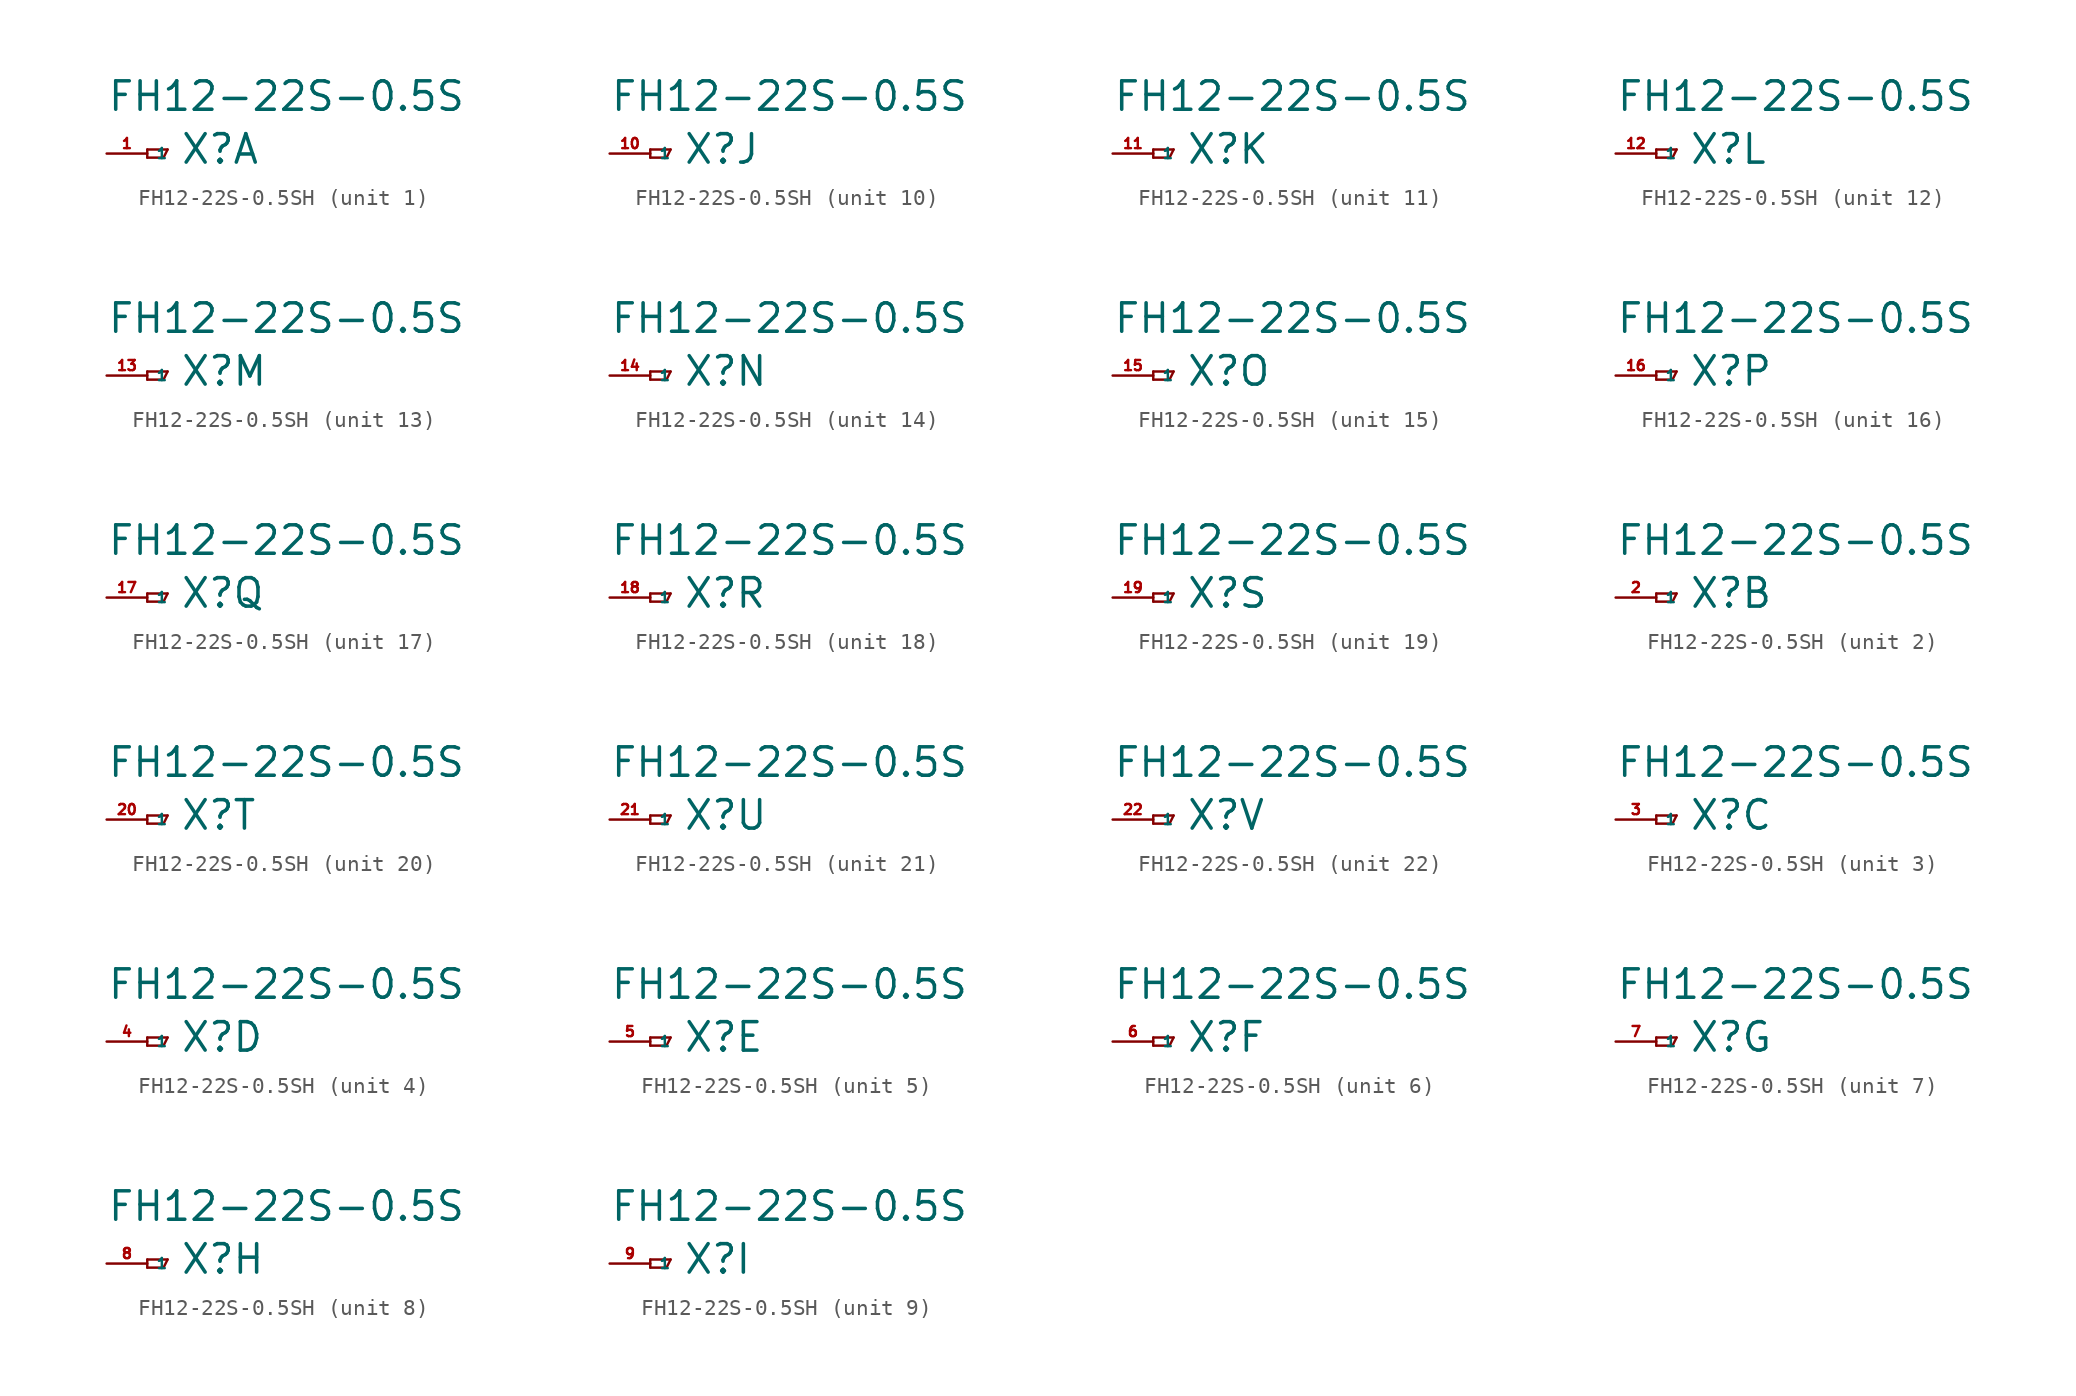
<source format=kicad_sym>
(kicad_symbol_lib
  (version 20220914)
  (generator Eagle2Kicad)
  (symbol "FH12-22S-0.5SH"
    (property "Reference" "X"
      (at 2.032 -0.762 0)
      (effects (font (size 1.778 1.778) (thickness 0.22)) (justify left bottom)))
    (property "Value" "FH12-22S-0.5S"
      (at -2.54 2.54 0)
      (effects (font (size 1.778 1.778) (thickness 0.22)) (justify left bottom)))
    (symbol "FH12-22S-0.5SH_1_0"
      (polyline (pts (xy 0 0.254) (xy 0 -0.254)) (stroke (width 0.152) (type default)) (fill (type none)))
      (polyline (pts (xy 0 -0.254) (xy 1.016 -0.254)) (stroke (width 0.152) (type default)) (fill (type none)))
      (polyline (pts (xy 1.016 -0.254) (xy 1.27 0.254)) (stroke (width 0.152) (type default)) (fill (type none)))
      (polyline (pts (xy 1.27 0.254) (xy 0 0.254)) (stroke (width 0.152) (type default)) (fill (type none)))
      (pin passive line (at -2.54 0 0) (length 2.54) (name "1" (effects (font (size 0.635 0.635) (thickness 0.08)) (justify left bottom))) (number "1" (effects (font (size 0.635 0.635) (thickness 0.08)) (justify left bottom)))))
    (symbol "FH12-22S-0.5SH_2_0"
      (polyline (pts (xy 0 0.254) (xy 0 -0.254)) (stroke (width 0.152) (type default)) (fill (type none)))
      (polyline (pts (xy 0 -0.254) (xy 1.016 -0.254)) (stroke (width 0.152) (type default)) (fill (type none)))
      (polyline (pts (xy 1.016 -0.254) (xy 1.27 0.254)) (stroke (width 0.152) (type default)) (fill (type none)))
      (polyline (pts (xy 1.27 0.254) (xy 0 0.254)) (stroke (width 0.152) (type default)) (fill (type none)))
      (pin passive line (at -2.54 0 0) (length 2.54) (name "1" (effects (font (size 0.635 0.635) (thickness 0.08)) (justify left bottom))) (number "2" (effects (font (size 0.635 0.635) (thickness 0.08)) (justify left bottom)))))
    (symbol "FH12-22S-0.5SH_3_0"
      (polyline (pts (xy 0 0.254) (xy 0 -0.254)) (stroke (width 0.152) (type default)) (fill (type none)))
      (polyline (pts (xy 0 -0.254) (xy 1.016 -0.254)) (stroke (width 0.152) (type default)) (fill (type none)))
      (polyline (pts (xy 1.016 -0.254) (xy 1.27 0.254)) (stroke (width 0.152) (type default)) (fill (type none)))
      (polyline (pts (xy 1.27 0.254) (xy 0 0.254)) (stroke (width 0.152) (type default)) (fill (type none)))
      (pin passive line (at -2.54 0 0) (length 2.54) (name "1" (effects (font (size 0.635 0.635) (thickness 0.08)) (justify left bottom))) (number "3" (effects (font (size 0.635 0.635) (thickness 0.08)) (justify left bottom)))))
    (symbol "FH12-22S-0.5SH_4_0"
      (polyline (pts (xy 0 0.254) (xy 0 -0.254)) (stroke (width 0.152) (type default)) (fill (type none)))
      (polyline (pts (xy 0 -0.254) (xy 1.016 -0.254)) (stroke (width 0.152) (type default)) (fill (type none)))
      (polyline (pts (xy 1.016 -0.254) (xy 1.27 0.254)) (stroke (width 0.152) (type default)) (fill (type none)))
      (polyline (pts (xy 1.27 0.254) (xy 0 0.254)) (stroke (width 0.152) (type default)) (fill (type none)))
      (pin passive line (at -2.54 0 0) (length 2.54) (name "1" (effects (font (size 0.635 0.635) (thickness 0.08)) (justify left bottom))) (number "4" (effects (font (size 0.635 0.635) (thickness 0.08)) (justify left bottom)))))
    (symbol "FH12-22S-0.5SH_5_0"
      (polyline (pts (xy 0 0.254) (xy 0 -0.254)) (stroke (width 0.152) (type default)) (fill (type none)))
      (polyline (pts (xy 0 -0.254) (xy 1.016 -0.254)) (stroke (width 0.152) (type default)) (fill (type none)))
      (polyline (pts (xy 1.016 -0.254) (xy 1.27 0.254)) (stroke (width 0.152) (type default)) (fill (type none)))
      (polyline (pts (xy 1.27 0.254) (xy 0 0.254)) (stroke (width 0.152) (type default)) (fill (type none)))
      (pin passive line (at -2.54 0 0) (length 2.54) (name "1" (effects (font (size 0.635 0.635) (thickness 0.08)) (justify left bottom))) (number "5" (effects (font (size 0.635 0.635) (thickness 0.08)) (justify left bottom)))))
    (symbol "FH12-22S-0.5SH_6_0"
      (polyline (pts (xy 0 0.254) (xy 0 -0.254)) (stroke (width 0.152) (type default)) (fill (type none)))
      (polyline (pts (xy 0 -0.254) (xy 1.016 -0.254)) (stroke (width 0.152) (type default)) (fill (type none)))
      (polyline (pts (xy 1.016 -0.254) (xy 1.27 0.254)) (stroke (width 0.152) (type default)) (fill (type none)))
      (polyline (pts (xy 1.27 0.254) (xy 0 0.254)) (stroke (width 0.152) (type default)) (fill (type none)))
      (pin passive line (at -2.54 0 0) (length 2.54) (name "1" (effects (font (size 0.635 0.635) (thickness 0.08)) (justify left bottom))) (number "6" (effects (font (size 0.635 0.635) (thickness 0.08)) (justify left bottom)))))
    (symbol "FH12-22S-0.5SH_7_0"
      (polyline (pts (xy 0 0.254) (xy 0 -0.254)) (stroke (width 0.152) (type default)) (fill (type none)))
      (polyline (pts (xy 0 -0.254) (xy 1.016 -0.254)) (stroke (width 0.152) (type default)) (fill (type none)))
      (polyline (pts (xy 1.016 -0.254) (xy 1.27 0.254)) (stroke (width 0.152) (type default)) (fill (type none)))
      (polyline (pts (xy 1.27 0.254) (xy 0 0.254)) (stroke (width 0.152) (type default)) (fill (type none)))
      (pin passive line (at -2.54 0 0) (length 2.54) (name "1" (effects (font (size 0.635 0.635) (thickness 0.08)) (justify left bottom))) (number "7" (effects (font (size 0.635 0.635) (thickness 0.08)) (justify left bottom)))))
    (symbol "FH12-22S-0.5SH_8_0"
      (polyline (pts (xy 0 0.254) (xy 0 -0.254)) (stroke (width 0.152) (type default)) (fill (type none)))
      (polyline (pts (xy 0 -0.254) (xy 1.016 -0.254)) (stroke (width 0.152) (type default)) (fill (type none)))
      (polyline (pts (xy 1.016 -0.254) (xy 1.27 0.254)) (stroke (width 0.152) (type default)) (fill (type none)))
      (polyline (pts (xy 1.27 0.254) (xy 0 0.254)) (stroke (width 0.152) (type default)) (fill (type none)))
      (pin passive line (at -2.54 0 0) (length 2.54) (name "1" (effects (font (size 0.635 0.635) (thickness 0.08)) (justify left bottom))) (number "8" (effects (font (size 0.635 0.635) (thickness 0.08)) (justify left bottom)))))
    (symbol "FH12-22S-0.5SH_9_0"
      (polyline (pts (xy 0 0.254) (xy 0 -0.254)) (stroke (width 0.152) (type default)) (fill (type none)))
      (polyline (pts (xy 0 -0.254) (xy 1.016 -0.254)) (stroke (width 0.152) (type default)) (fill (type none)))
      (polyline (pts (xy 1.016 -0.254) (xy 1.27 0.254)) (stroke (width 0.152) (type default)) (fill (type none)))
      (polyline (pts (xy 1.27 0.254) (xy 0 0.254)) (stroke (width 0.152) (type default)) (fill (type none)))
      (pin passive line (at -2.54 0 0) (length 2.54) (name "1" (effects (font (size 0.635 0.635) (thickness 0.08)) (justify left bottom))) (number "9" (effects (font (size 0.635 0.635) (thickness 0.08)) (justify left bottom)))))
    (symbol "FH12-22S-0.5SH_10_0"
      (polyline (pts (xy 0 0.254) (xy 0 -0.254)) (stroke (width 0.152) (type default)) (fill (type none)))
      (polyline (pts (xy 0 -0.254) (xy 1.016 -0.254)) (stroke (width 0.152) (type default)) (fill (type none)))
      (polyline (pts (xy 1.016 -0.254) (xy 1.27 0.254)) (stroke (width 0.152) (type default)) (fill (type none)))
      (polyline (pts (xy 1.27 0.254) (xy 0 0.254)) (stroke (width 0.152) (type default)) (fill (type none)))
      (pin passive line (at -2.54 0 0) (length 2.54) (name "1" (effects (font (size 0.635 0.635) (thickness 0.08)) (justify left bottom))) (number "10" (effects (font (size 0.635 0.635) (thickness 0.08)) (justify left bottom)))))
    (symbol "FH12-22S-0.5SH_11_0"
      (polyline (pts (xy 0 0.254) (xy 0 -0.254)) (stroke (width 0.152) (type default)) (fill (type none)))
      (polyline (pts (xy 0 -0.254) (xy 1.016 -0.254)) (stroke (width 0.152) (type default)) (fill (type none)))
      (polyline (pts (xy 1.016 -0.254) (xy 1.27 0.254)) (stroke (width 0.152) (type default)) (fill (type none)))
      (polyline (pts (xy 1.27 0.254) (xy 0 0.254)) (stroke (width 0.152) (type default)) (fill (type none)))
      (pin passive line (at -2.54 0 0) (length 2.54) (name "1" (effects (font (size 0.635 0.635) (thickness 0.08)) (justify left bottom))) (number "11" (effects (font (size 0.635 0.635) (thickness 0.08)) (justify left bottom)))))
    (symbol "FH12-22S-0.5SH_12_0"
      (polyline (pts (xy 0 0.254) (xy 0 -0.254)) (stroke (width 0.152) (type default)) (fill (type none)))
      (polyline (pts (xy 0 -0.254) (xy 1.016 -0.254)) (stroke (width 0.152) (type default)) (fill (type none)))
      (polyline (pts (xy 1.016 -0.254) (xy 1.27 0.254)) (stroke (width 0.152) (type default)) (fill (type none)))
      (polyline (pts (xy 1.27 0.254) (xy 0 0.254)) (stroke (width 0.152) (type default)) (fill (type none)))
      (pin passive line (at -2.54 0 0) (length 2.54) (name "1" (effects (font (size 0.635 0.635) (thickness 0.08)) (justify left bottom))) (number "12" (effects (font (size 0.635 0.635) (thickness 0.08)) (justify left bottom)))))
    (symbol "FH12-22S-0.5SH_13_0"
      (polyline (pts (xy 0 0.254) (xy 0 -0.254)) (stroke (width 0.152) (type default)) (fill (type none)))
      (polyline (pts (xy 0 -0.254) (xy 1.016 -0.254)) (stroke (width 0.152) (type default)) (fill (type none)))
      (polyline (pts (xy 1.016 -0.254) (xy 1.27 0.254)) (stroke (width 0.152) (type default)) (fill (type none)))
      (polyline (pts (xy 1.27 0.254) (xy 0 0.254)) (stroke (width 0.152) (type default)) (fill (type none)))
      (pin passive line (at -2.54 0 0) (length 2.54) (name "1" (effects (font (size 0.635 0.635) (thickness 0.08)) (justify left bottom))) (number "13" (effects (font (size 0.635 0.635) (thickness 0.08)) (justify left bottom)))))
    (symbol "FH12-22S-0.5SH_14_0"
      (polyline (pts (xy 0 0.254) (xy 0 -0.254)) (stroke (width 0.152) (type default)) (fill (type none)))
      (polyline (pts (xy 0 -0.254) (xy 1.016 -0.254)) (stroke (width 0.152) (type default)) (fill (type none)))
      (polyline (pts (xy 1.016 -0.254) (xy 1.27 0.254)) (stroke (width 0.152) (type default)) (fill (type none)))
      (polyline (pts (xy 1.27 0.254) (xy 0 0.254)) (stroke (width 0.152) (type default)) (fill (type none)))
      (pin passive line (at -2.54 0 0) (length 2.54) (name "1" (effects (font (size 0.635 0.635) (thickness 0.08)) (justify left bottom))) (number "14" (effects (font (size 0.635 0.635) (thickness 0.08)) (justify left bottom)))))
    (symbol "FH12-22S-0.5SH_15_0"
      (polyline (pts (xy 0 0.254) (xy 0 -0.254)) (stroke (width 0.152) (type default)) (fill (type none)))
      (polyline (pts (xy 0 -0.254) (xy 1.016 -0.254)) (stroke (width 0.152) (type default)) (fill (type none)))
      (polyline (pts (xy 1.016 -0.254) (xy 1.27 0.254)) (stroke (width 0.152) (type default)) (fill (type none)))
      (polyline (pts (xy 1.27 0.254) (xy 0 0.254)) (stroke (width 0.152) (type default)) (fill (type none)))
      (pin passive line (at -2.54 0 0) (length 2.54) (name "1" (effects (font (size 0.635 0.635) (thickness 0.08)) (justify left bottom))) (number "15" (effects (font (size 0.635 0.635) (thickness 0.08)) (justify left bottom)))))
    (symbol "FH12-22S-0.5SH_16_0"
      (polyline (pts (xy 0 0.254) (xy 0 -0.254)) (stroke (width 0.152) (type default)) (fill (type none)))
      (polyline (pts (xy 0 -0.254) (xy 1.016 -0.254)) (stroke (width 0.152) (type default)) (fill (type none)))
      (polyline (pts (xy 1.016 -0.254) (xy 1.27 0.254)) (stroke (width 0.152) (type default)) (fill (type none)))
      (polyline (pts (xy 1.27 0.254) (xy 0 0.254)) (stroke (width 0.152) (type default)) (fill (type none)))
      (pin passive line (at -2.54 0 0) (length 2.54) (name "1" (effects (font (size 0.635 0.635) (thickness 0.08)) (justify left bottom))) (number "16" (effects (font (size 0.635 0.635) (thickness 0.08)) (justify left bottom)))))
    (symbol "FH12-22S-0.5SH_17_0"
      (polyline (pts (xy 0 0.254) (xy 0 -0.254)) (stroke (width 0.152) (type default)) (fill (type none)))
      (polyline (pts (xy 0 -0.254) (xy 1.016 -0.254)) (stroke (width 0.152) (type default)) (fill (type none)))
      (polyline (pts (xy 1.016 -0.254) (xy 1.27 0.254)) (stroke (width 0.152) (type default)) (fill (type none)))
      (polyline (pts (xy 1.27 0.254) (xy 0 0.254)) (stroke (width 0.152) (type default)) (fill (type none)))
      (pin passive line (at -2.54 0 0) (length 2.54) (name "1" (effects (font (size 0.635 0.635) (thickness 0.08)) (justify left bottom))) (number "17" (effects (font (size 0.635 0.635) (thickness 0.08)) (justify left bottom)))))
    (symbol "FH12-22S-0.5SH_18_0"
      (polyline (pts (xy 0 0.254) (xy 0 -0.254)) (stroke (width 0.152) (type default)) (fill (type none)))
      (polyline (pts (xy 0 -0.254) (xy 1.016 -0.254)) (stroke (width 0.152) (type default)) (fill (type none)))
      (polyline (pts (xy 1.016 -0.254) (xy 1.27 0.254)) (stroke (width 0.152) (type default)) (fill (type none)))
      (polyline (pts (xy 1.27 0.254) (xy 0 0.254)) (stroke (width 0.152) (type default)) (fill (type none)))
      (pin passive line (at -2.54 0 0) (length 2.54) (name "1" (effects (font (size 0.635 0.635) (thickness 0.08)) (justify left bottom))) (number "18" (effects (font (size 0.635 0.635) (thickness 0.08)) (justify left bottom)))))
    (symbol "FH12-22S-0.5SH_19_0"
      (polyline (pts (xy 0 0.254) (xy 0 -0.254)) (stroke (width 0.152) (type default)) (fill (type none)))
      (polyline (pts (xy 0 -0.254) (xy 1.016 -0.254)) (stroke (width 0.152) (type default)) (fill (type none)))
      (polyline (pts (xy 1.016 -0.254) (xy 1.27 0.254)) (stroke (width 0.152) (type default)) (fill (type none)))
      (polyline (pts (xy 1.27 0.254) (xy 0 0.254)) (stroke (width 0.152) (type default)) (fill (type none)))
      (pin passive line (at -2.54 0 0) (length 2.54) (name "1" (effects (font (size 0.635 0.635) (thickness 0.08)) (justify left bottom))) (number "19" (effects (font (size 0.635 0.635) (thickness 0.08)) (justify left bottom)))))
    (symbol "FH12-22S-0.5SH_20_0"
      (polyline (pts (xy 0 0.254) (xy 0 -0.254)) (stroke (width 0.152) (type default)) (fill (type none)))
      (polyline (pts (xy 0 -0.254) (xy 1.016 -0.254)) (stroke (width 0.152) (type default)) (fill (type none)))
      (polyline (pts (xy 1.016 -0.254) (xy 1.27 0.254)) (stroke (width 0.152) (type default)) (fill (type none)))
      (polyline (pts (xy 1.27 0.254) (xy 0 0.254)) (stroke (width 0.152) (type default)) (fill (type none)))
      (pin passive line (at -2.54 0 0) (length 2.54) (name "1" (effects (font (size 0.635 0.635) (thickness 0.08)) (justify left bottom))) (number "20" (effects (font (size 0.635 0.635) (thickness 0.08)) (justify left bottom)))))
    (symbol "FH12-22S-0.5SH_21_0"
      (polyline (pts (xy 0 0.254) (xy 0 -0.254)) (stroke (width 0.152) (type default)) (fill (type none)))
      (polyline (pts (xy 0 -0.254) (xy 1.016 -0.254)) (stroke (width 0.152) (type default)) (fill (type none)))
      (polyline (pts (xy 1.016 -0.254) (xy 1.27 0.254)) (stroke (width 0.152) (type default)) (fill (type none)))
      (polyline (pts (xy 1.27 0.254) (xy 0 0.254)) (stroke (width 0.152) (type default)) (fill (type none)))
      (pin passive line (at -2.54 0 0) (length 2.54) (name "1" (effects (font (size 0.635 0.635) (thickness 0.08)) (justify left bottom))) (number "21" (effects (font (size 0.635 0.635) (thickness 0.08)) (justify left bottom)))))
    (symbol "FH12-22S-0.5SH_22_0"
      (polyline (pts (xy 0 0.254) (xy 0 -0.254)) (stroke (width 0.152) (type default)) (fill (type none)))
      (polyline (pts (xy 0 -0.254) (xy 1.016 -0.254)) (stroke (width 0.152) (type default)) (fill (type none)))
      (polyline (pts (xy 1.016 -0.254) (xy 1.27 0.254)) (stroke (width 0.152) (type default)) (fill (type none)))
      (polyline (pts (xy 1.27 0.254) (xy 0 0.254)) (stroke (width 0.152) (type default)) (fill (type none)))
      (pin passive line (at -2.54 0 0) (length 2.54) (name "1" (effects (font (size 0.635 0.635) (thickness 0.08)) (justify left bottom))) (number "22" (effects (font (size 0.635 0.635) (thickness 0.08)) (justify left bottom)))))))
</source>
